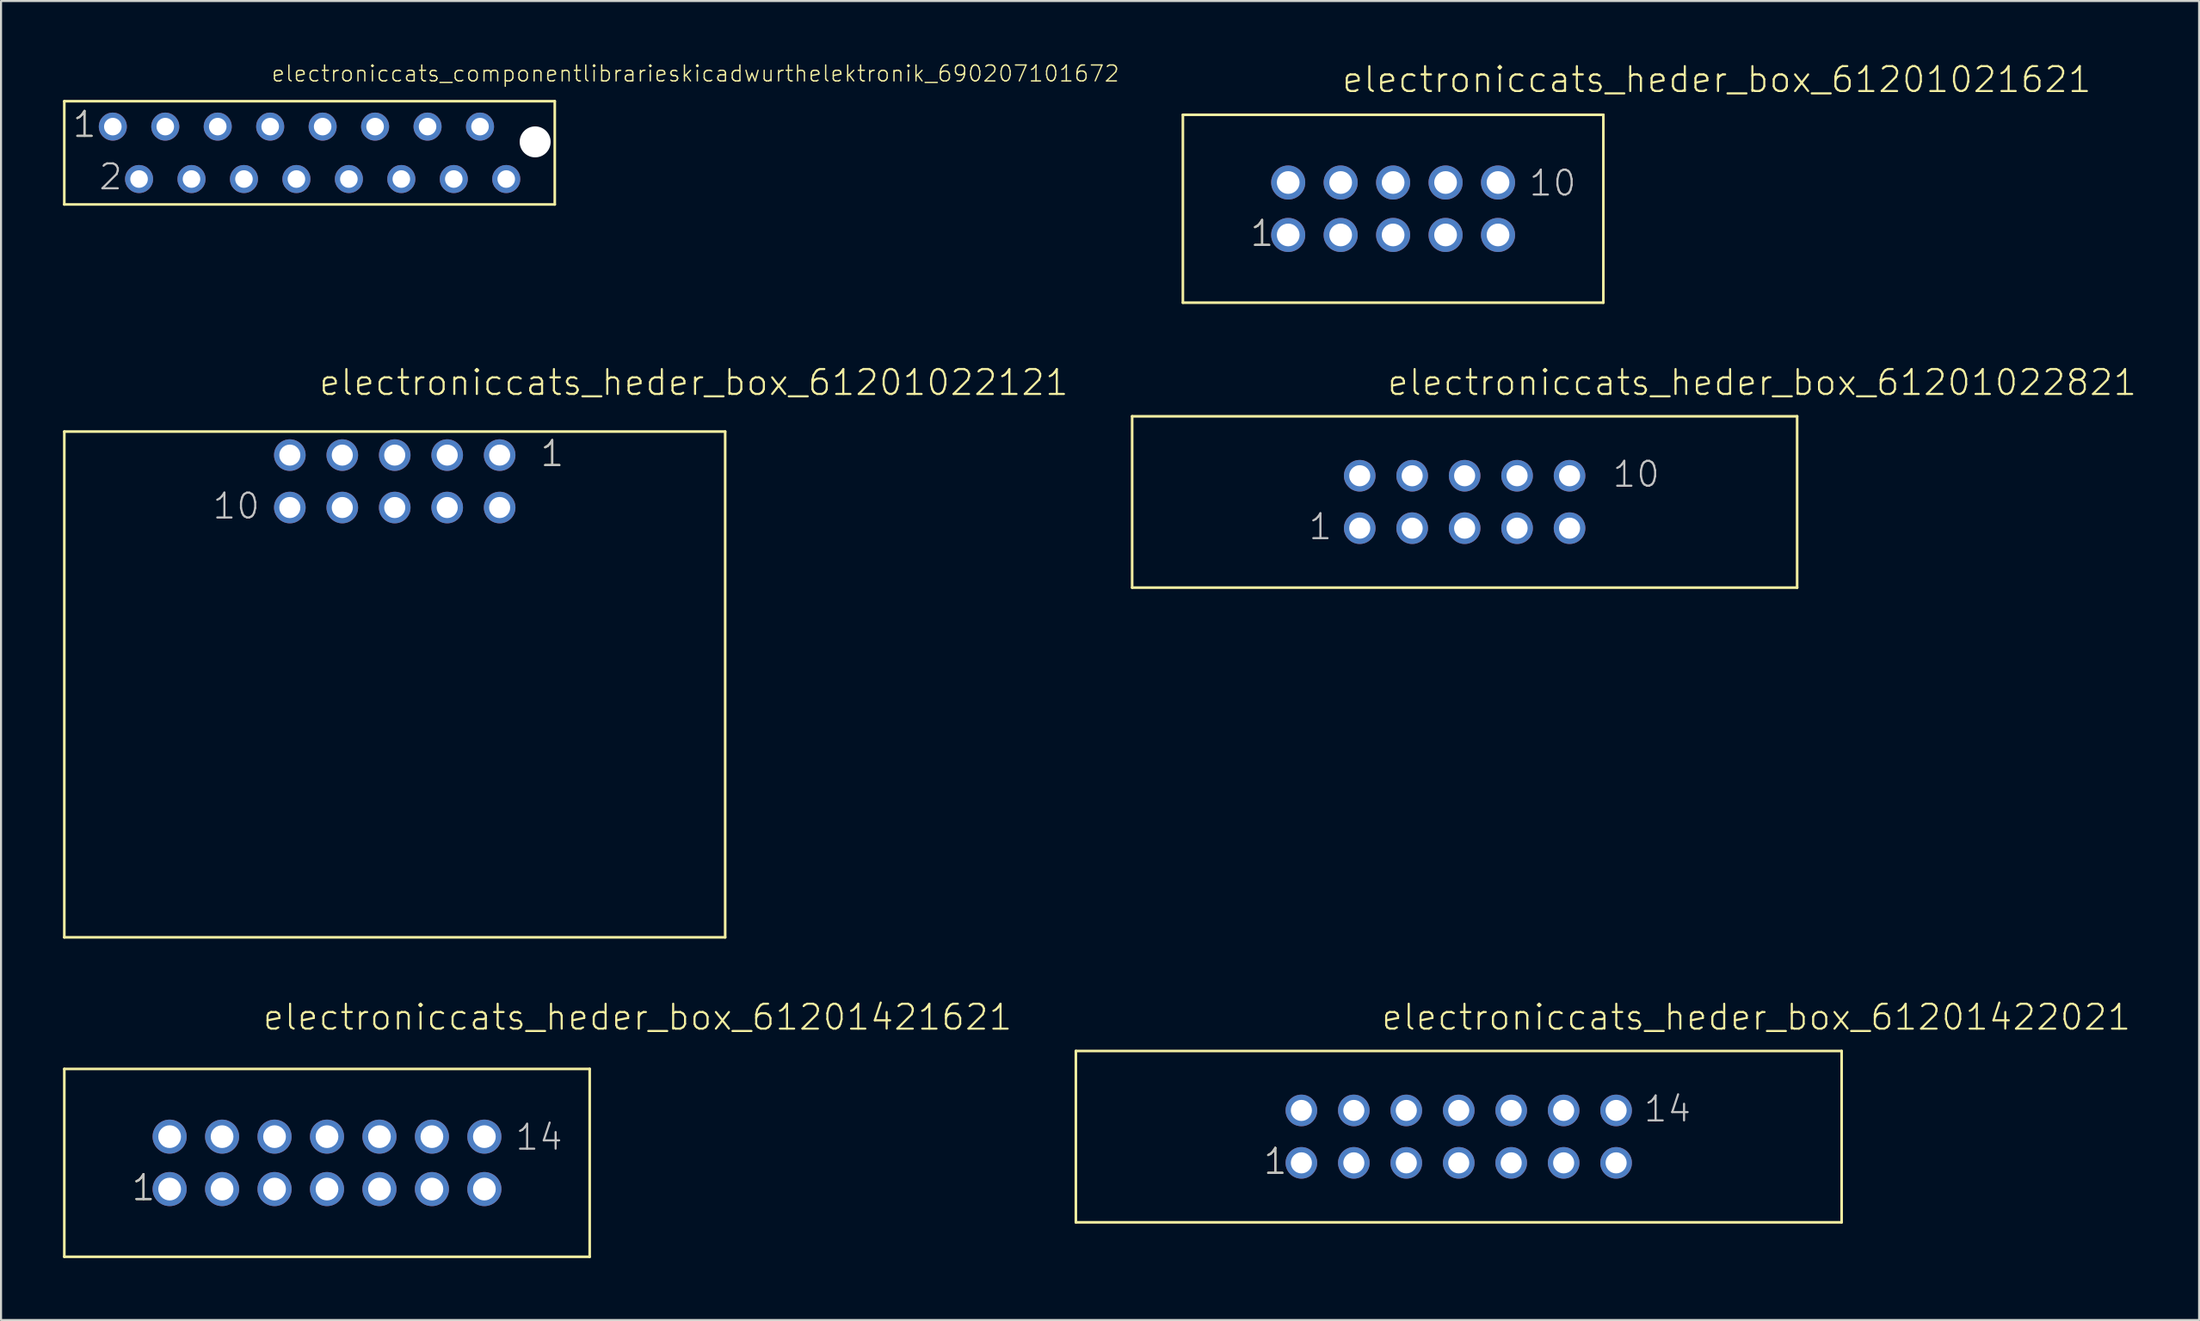
<source format=kicad_pcb>
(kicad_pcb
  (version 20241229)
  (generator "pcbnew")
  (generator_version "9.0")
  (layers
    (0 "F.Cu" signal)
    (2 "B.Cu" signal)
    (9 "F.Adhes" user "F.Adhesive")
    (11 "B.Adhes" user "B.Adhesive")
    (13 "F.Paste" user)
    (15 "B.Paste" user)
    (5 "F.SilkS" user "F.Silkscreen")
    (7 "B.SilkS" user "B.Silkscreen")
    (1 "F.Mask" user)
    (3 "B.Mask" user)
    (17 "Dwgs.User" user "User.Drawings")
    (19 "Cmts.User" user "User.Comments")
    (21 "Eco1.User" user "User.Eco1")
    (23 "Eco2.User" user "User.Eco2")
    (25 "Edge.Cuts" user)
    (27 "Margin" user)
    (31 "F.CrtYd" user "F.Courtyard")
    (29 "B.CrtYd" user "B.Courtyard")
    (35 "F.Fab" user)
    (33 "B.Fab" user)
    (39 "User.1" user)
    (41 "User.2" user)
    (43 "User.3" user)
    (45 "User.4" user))
  (footprint "electroniccats_heder_box_61201422021"
    (layer "F.Cu")
    (at 67.585 52.011)
    (property "Reference" "electroniccats_heder_box_61201422021" (at -3.81 -5.08 0) (layer "F.SilkS") (effects (font (size 1.206 1.206) (thickness 0.102)) (justify left bottom)))
    (attr through_hole)
    (fp_line (start -18.54 -4.15) (end 18.54 -4.15) (stroke (width 0.127) (type solid)) (layer "F.SilkS"))
    (fp_line (start -18.54 4.15) (end -18.54 -4.15) (stroke (width 0.127) (type solid)) (layer "F.SilkS"))
    (fp_line (start 18.54 -4.15) (end 18.54 4.15) (stroke (width 0.127) (type solid)) (layer "F.SilkS"))
    (fp_line (start 18.54 4.15) (end -18.54 4.15) (stroke (width 0.127) (type solid)) (layer "F.SilkS"))
    (fp_text user "1" (at -9.525 1.905 0) (layer "F.SilkS") (effects (font (size 1.206 1.206) (thickness 0.102)) (justify left bottom)))
    (fp_text user "1" (at -9.525 1.905 0) (layer "Dwgs.User") (effects (font (size 1.206 1.206) (thickness 0.102)) (justify left bottom)))
    (fp_text user "14" (at 8.89 -0.635 0) (layer "Dwgs.User") (effects (font (size 1.206 1.206) (thickness 0.102)) (justify left bottom)))
    (pad "1" thru_hole circle (at -7.62 1.27 180) (size 1.53 1.53) (drill 1.02) (layers "*.Cu" "*.Mask"))
    (pad "2" thru_hole circle (at -7.62 -1.27 180) (size 1.53 1.53) (drill 1.02) (layers "*.Cu" "*.Mask"))
    (pad "3" thru_hole circle (at -5.08 1.27 180) (size 1.53 1.53) (drill 1.02) (layers "*.Cu" "*.Mask"))
    (pad "4" thru_hole circle (at -5.08 -1.27 180) (size 1.53 1.53) (drill 1.02) (layers "*.Cu" "*.Mask"))
    (pad "5" thru_hole circle (at -2.54 1.27 180) (size 1.53 1.53) (drill 1.02) (layers "*.Cu" "*.Mask"))
    (pad "6" thru_hole circle (at -2.54 -1.27 180) (size 1.53 1.53) (drill 1.02) (layers "*.Cu" "*.Mask"))
    (pad "7" thru_hole circle (at 0 1.27 180) (size 1.53 1.53) (drill 1.02) (layers "*.Cu" "*.Mask"))
    (pad "8" thru_hole circle (at 0 -1.27 180) (size 1.53 1.53) (drill 1.02) (layers "*.Cu" "*.Mask"))
    (pad "9" thru_hole circle (at 2.54 1.27 180) (size 1.53 1.53) (drill 1.02) (layers "*.Cu" "*.Mask"))
    (pad "10" thru_hole circle (at 2.54 -1.27 180) (size 1.53 1.53) (drill 1.02) (layers "*.Cu" "*.Mask"))
    (pad "11" thru_hole circle (at 5.08 1.27 180) (size 1.53 1.53) (drill 1.02) (layers "*.Cu" "*.Mask"))
    (pad "12" thru_hole circle (at 5.08 -1.27 180) (size 1.53 1.53) (drill 1.02) (layers "*.Cu" "*.Mask"))
    (pad "13" thru_hole circle (at 7.62 1.27 180) (size 1.53 1.53) (drill 1.02) (layers "*.Cu" "*.Mask"))
    (pad "14" thru_hole circle (at 7.62 -1.27 180) (size 1.53 1.53) (drill 1.02) (layers "*.Cu" "*.Mask")))
  (footprint "electroniccats_heder_box_61201022121"
    (layer "F.Cu")
    (at 16.064 20.266)
    (property "Reference" "electroniccats_heder_box_61201022121" (at -3.73 -4.08 0) (layer "F.SilkS") (effects (font (size 1.206 1.206) (thickness 0.102)) (justify left bottom)))
    (attr through_hole)
    (fp_line (start -16 -2.41) (end -16 22.09) (stroke (width 0.127) (type solid)) (layer "F.SilkS"))
    (fp_line (start -16 -2.41) (end 16 -2.41) (stroke (width 0.127) (type solid)) (layer "F.SilkS"))
    (fp_line (start -16 22.09) (end 16 22.09) (stroke (width 0.127) (type solid)) (layer "F.SilkS"))
    (fp_line (start 16 -2.41) (end 16 22.09) (stroke (width 0.127) (type solid)) (layer "F.SilkS"))
    (fp_text user "1" (at 6.985 -0.635 0) (layer "F.SilkS") (effects (font (size 1.206 1.206) (thickness 0.102)) (justify left bottom)))
    (fp_text user "1" (at 6.985 -0.635 0) (layer "Dwgs.User") (effects (font (size 1.206 1.206) (thickness 0.102)) (justify left bottom)))
    (fp_text user "10" (at -8.89 1.905 0) (layer "Dwgs.User") (effects (font (size 1.206 1.206) (thickness 0.102)) (justify left bottom)))
    (pad "1" thru_hole circle (at 5.08 -1.27) (size 1.53 1.53) (drill 1.02) (layers "*.Cu" "*.Mask"))
    (pad "2" thru_hole circle (at 5.08 1.27) (size 1.53 1.53) (drill 1.02) (layers "*.Cu" "*.Mask"))
    (pad "3" thru_hole circle (at 2.54 -1.27) (size 1.53 1.53) (drill 1.02) (layers "*.Cu" "*.Mask"))
    (pad "4" thru_hole circle (at 2.54 1.27) (size 1.53 1.53) (drill 1.02) (layers "*.Cu" "*.Mask"))
    (pad "5" thru_hole circle (at 0 -1.27) (size 1.53 1.53) (drill 1.02) (layers "*.Cu" "*.Mask"))
    (pad "6" thru_hole circle (at 0 1.27) (size 1.53 1.53) (drill 1.02) (layers "*.Cu" "*.Mask"))
    (pad "7" thru_hole circle (at -2.54 -1.27) (size 1.53 1.53) (drill 1.02) (layers "*.Cu" "*.Mask"))
    (pad "8" thru_hole circle (at -2.54 1.27) (size 1.53 1.53) (drill 1.02) (layers "*.Cu" "*.Mask"))
    (pad "9" thru_hole circle (at -5.08 -1.27) (size 1.53 1.53) (drill 1.02) (layers "*.Cu" "*.Mask"))
    (pad "10" thru_hole circle (at -5.08 1.27) (size 1.53 1.53) (drill 1.02) (layers "*.Cu" "*.Mask")))
  (footprint "electroniccats_heder_box_61201021621"
    (layer "F.Cu")
    (at 64.407 7.061)
    (property "Reference" "electroniccats_heder_box_61201021621" (at -2.54 -5.55 0) (layer "F.SilkS") (effects (font (size 1.206 1.206) (thickness 0.102)) (justify left bottom)))
    (attr through_hole)
    (fp_line (start -10.18 -4.55) (end 10.18 -4.55) (stroke (width 0.127) (type solid)) (layer "F.SilkS"))
    (fp_line (start -10.18 4.55) (end -10.18 -4.55) (stroke (width 0.127) (type solid)) (layer "F.SilkS"))
    (fp_line (start 10.18 -4.55) (end 10.18 4.55) (stroke (width 0.127) (type solid)) (layer "F.SilkS"))
    (fp_line (start 10.18 4.55) (end -10.18 4.55) (stroke (width 0.127) (type solid)) (layer "F.SilkS"))
    (fp_text user "1" (at -6.985 1.905 0) (layer "F.SilkS") (effects (font (size 1.206 1.206) (thickness 0.102)) (justify left bottom)))
    (fp_text user "1" (at -6.985 1.905 0) (layer "Dwgs.User") (effects (font (size 1.206 1.206) (thickness 0.102)) (justify left bottom)))
    (fp_text user "10" (at 6.51 -0.535 0) (layer "Dwgs.User") (effects (font (size 1.206 1.206) (thickness 0.102)) (justify left bottom)))
    (pad "1" thru_hole circle (at -5.08 1.27) (size 1.65 1.65) (drill 1.1) (layers "*.Cu" "*.Mask"))
    (pad "2" thru_hole circle (at -5.08 -1.27) (size 1.65 1.65) (drill 1.1) (layers "*.Cu" "*.Mask"))
    (pad "3" thru_hole circle (at -2.54 1.27) (size 1.65 1.65) (drill 1.1) (layers "*.Cu" "*.Mask"))
    (pad "4" thru_hole circle (at -2.54 -1.27) (size 1.65 1.65) (drill 1.1) (layers "*.Cu" "*.Mask"))
    (pad "5" thru_hole circle (at 0 1.27) (size 1.65 1.65) (drill 1.1) (layers "*.Cu" "*.Mask"))
    (pad "6" thru_hole circle (at 0 -1.27) (size 1.65 1.65) (drill 1.1) (layers "*.Cu" "*.Mask"))
    (pad "7" thru_hole circle (at 2.54 1.27) (size 1.65 1.65) (drill 1.1) (layers "*.Cu" "*.Mask"))
    (pad "8" thru_hole circle (at 2.54 -1.27) (size 1.65 1.65) (drill 1.1) (layers "*.Cu" "*.Mask"))
    (pad "9" thru_hole circle (at 5.08 1.27) (size 1.65 1.65) (drill 1.1) (layers "*.Cu" "*.Mask"))
    (pad "10" thru_hole circle (at 5.08 -1.27) (size 1.65 1.65) (drill 1.1) (layers "*.Cu" "*.Mask")))
  (footprint "electroniccats_heder_box_61201022821"
    (layer "F.Cu")
    (at 67.87 21.266)
    (property "Reference" "electroniccats_heder_box_61201022821" (at -3.81 -5.08 0) (layer "F.SilkS") (effects (font (size 1.206 1.206) (thickness 0.102)) (justify left bottom)))
    (attr through_hole)
    (fp_line (start -16.1 -4.15) (end 16.1 -4.15) (stroke (width 0.127) (type solid)) (layer "F.SilkS"))
    (fp_line (start -16.1 4.15) (end -16.1 -4.15) (stroke (width 0.127) (type solid)) (layer "F.SilkS"))
    (fp_line (start 16.1 -4.15) (end 16.1 4.15) (stroke (width 0.127) (type solid)) (layer "F.SilkS"))
    (fp_line (start 16.1 4.15) (end -16.1 4.15) (stroke (width 0.127) (type solid)) (layer "F.SilkS"))
    (fp_text user "1" (at -7.625 1.905 0) (layer "Dwgs.User") (effects (font (size 1.206 1.206) (thickness 0.102)) (justify left bottom)))
    (fp_text user "10" (at 7.09 -0.635 0) (layer "Dwgs.User") (effects (font (size 1.206 1.206) (thickness 0.102)) (justify left bottom)))
    (pad "1" thru_hole circle (at -5.08 1.27 180) (size 1.53 1.53) (drill 1.02) (layers "*.Cu" "*.Mask"))
    (pad "2" thru_hole circle (at -5.08 -1.27 180) (size 1.53 1.53) (drill 1.02) (layers "*.Cu" "*.Mask"))
    (pad "3" thru_hole circle (at -2.54 1.27 180) (size 1.53 1.53) (drill 1.02) (layers "*.Cu" "*.Mask"))
    (pad "4" thru_hole circle (at -2.54 -1.27 180) (size 1.53 1.53) (drill 1.02) (layers "*.Cu" "*.Mask"))
    (pad "5" thru_hole circle (at 0 1.27 180) (size 1.53 1.53) (drill 1.02) (layers "*.Cu" "*.Mask"))
    (pad "6" thru_hole circle (at 0 -1.27 180) (size 1.53 1.53) (drill 1.02) (layers "*.Cu" "*.Mask"))
    (pad "7" thru_hole circle (at 2.54 1.27 180) (size 1.53 1.53) (drill 1.02) (layers "*.Cu" "*.Mask"))
    (pad "8" thru_hole circle (at 2.54 -1.27 180) (size 1.53 1.53) (drill 1.02) (layers "*.Cu" "*.Mask"))
    (pad "9" thru_hole circle (at 5.08 1.27 180) (size 1.53 1.53) (drill 1.02) (layers "*.Cu" "*.Mask"))
    (pad "10" thru_hole circle (at 5.08 -1.27 180) (size 1.53 1.53) (drill 1.02) (layers "*.Cu" "*.Mask")))
  (footprint "electroniccats_componentlibrarieskicadwurthelektronik_690207101672"
    (layer "F.Cu")
    (at 11.938 4.353)
    (property "Reference" "electroniccats_componentlibrarieskicadwurthelektronik_690207101672" (at -1.887 -3.386 0) (layer "F.SilkS") (effects (font (size 0.772 0.772) (thickness 0.065)) (justify left bottom)))
    (attr through_hole)
    (fp_line (start -11.875 -2.5) (end -11.875 2.5) (stroke (width 0.127) (type solid)) (layer "F.SilkS"))
    (fp_line (start -11.875 2.5) (end 11.875 2.5) (stroke (width 0.127) (type solid)) (layer "F.SilkS"))
    (fp_line (start 11.875 -2.5) (end -11.875 -2.5) (stroke (width 0.127) (type solid)) (layer "F.SilkS"))
    (fp_line (start 11.875 2.5) (end 11.875 -2.5) (stroke (width 0.127) (type solid)) (layer "F.SilkS"))
    (fp_text user "1" (at -11.54 -0.67 0) (layer "F.SilkS") (effects (font (size 1.206 1.206) (thickness 0.102)) (justify left bottom)))
    (fp_text user "1" (at -11.54 -0.67 0) (layer "Dwgs.User") (effects (font (size 1.206 1.206) (thickness 0.102)) (justify left bottom)))
    (fp_text user "2" (at -10.27 1.87 0) (layer "Dwgs.User") (effects (font (size 1.206 1.206) (thickness 0.102)) (justify left bottom)))
    (pad "" np_thru_hole circle (at 10.925 -0.53) (size 1.5 1.5) (drill 1.5) (layers "*.Cu"))
    (pad "1" thru_hole circle (at -9.525 -1.27 180) (size 1.358 1.358) (drill 0.85) (layers "*.Cu" "*.Mask"))
    (pad "2" thru_hole circle (at -8.255 1.27 180) (size 1.358 1.358) (drill 0.85) (layers "*.Cu" "*.Mask"))
    (pad "3" thru_hole circle (at -6.985 -1.27 180) (size 1.358 1.358) (drill 0.85) (layers "*.Cu" "*.Mask"))
    (pad "4" thru_hole circle (at -5.715 1.27 180) (size 1.358 1.358) (drill 0.85) (layers "*.Cu" "*.Mask"))
    (pad "5" thru_hole circle (at -4.445 -1.27 180) (size 1.358 1.358) (drill 0.85) (layers "*.Cu" "*.Mask"))
    (pad "6" thru_hole circle (at -3.175 1.27 180) (size 1.358 1.358) (drill 0.85) (layers "*.Cu" "*.Mask"))
    (pad "7" thru_hole circle (at -1.905 -1.27 180) (size 1.358 1.358) (drill 0.85) (layers "*.Cu" "*.Mask"))
    (pad "8" thru_hole circle (at -0.635 1.27 180) (size 1.358 1.358) (drill 0.85) (layers "*.Cu" "*.Mask"))
    (pad "9" thru_hole circle (at 0.635 -1.27 180) (size 1.358 1.358) (drill 0.85) (layers "*.Cu" "*.Mask"))
    (pad "10" thru_hole circle (at 1.905 1.27 180) (size 1.358 1.358) (drill 0.85) (layers "*.Cu" "*.Mask"))
    (pad "11" thru_hole circle (at 3.175 -1.27 180) (size 1.358 1.358) (drill 0.85) (layers "*.Cu" "*.Mask"))
    (pad "12" thru_hole circle (at 4.445 1.27 180) (size 1.358 1.358) (drill 0.85) (layers "*.Cu" "*.Mask"))
    (pad "13" thru_hole circle (at 5.715 -1.27 180) (size 1.358 1.358) (drill 0.85) (layers "*.Cu" "*.Mask"))
    (pad "14" thru_hole circle (at 6.985 1.27 180) (size 1.358 1.358) (drill 0.85) (layers "*.Cu" "*.Mask"))
    (pad "15" thru_hole circle (at 8.255 -1.27 180) (size 1.358 1.358) (drill 0.85) (layers "*.Cu" "*.Mask"))
    (pad "16" thru_hole circle (at 9.525 1.27 180) (size 1.358 1.358) (drill 0.85) (layers "*.Cu" "*.Mask")))
  (footprint "electroniccats_heder_box_61201421621"
    (layer "F.Cu")
    (at 12.784 53.281)
    (property "Reference" "electroniccats_heder_box_61201421621" (at -3.175 -6.35 0) (layer "F.SilkS") (effects (font (size 1.206 1.206) (thickness 0.102)) (justify left bottom)))
    (attr through_hole)
    (fp_line (start -12.72 -4.55) (end 12.72 -4.55) (stroke (width 0.127) (type solid)) (layer "F.SilkS"))
    (fp_line (start -12.72 4.55) (end -12.72 -4.55) (stroke (width 0.127) (type solid)) (layer "F.SilkS"))
    (fp_line (start 12.72 -4.55) (end 12.72 4.55) (stroke (width 0.127) (type solid)) (layer "F.SilkS"))
    (fp_line (start 12.72 4.55) (end -12.72 4.55) (stroke (width 0.127) (type solid)) (layer "F.SilkS"))
    (fp_text user "1" (at -9.525 1.905 0) (layer "F.SilkS") (effects (font (size 1.206 1.206) (thickness 0.102)) (justify left bottom)))
    (fp_text user "1" (at -9.525 1.905 0) (layer "Dwgs.User") (effects (font (size 1.206 1.206) (thickness 0.102)) (justify left bottom)))
    (fp_text user "14" (at 9.05 -0.535 0) (layer "Dwgs.User") (effects (font (size 1.206 1.206) (thickness 0.102)) (justify left bottom)))
    (pad "1" thru_hole circle (at -7.62 1.27) (size 1.65 1.65) (drill 1.1) (layers "*.Cu" "*.Mask"))
    (pad "2" thru_hole circle (at -7.62 -1.27) (size 1.65 1.65) (drill 1.1) (layers "*.Cu" "*.Mask"))
    (pad "3" thru_hole circle (at -5.08 1.27) (size 1.65 1.65) (drill 1.1) (layers "*.Cu" "*.Mask"))
    (pad "4" thru_hole circle (at -5.08 -1.27) (size 1.65 1.65) (drill 1.1) (layers "*.Cu" "*.Mask"))
    (pad "5" thru_hole circle (at -2.54 1.27) (size 1.65 1.65) (drill 1.1) (layers "*.Cu" "*.Mask"))
    (pad "6" thru_hole circle (at -2.54 -1.27) (size 1.65 1.65) (drill 1.1) (layers "*.Cu" "*.Mask"))
    (pad "7" thru_hole circle (at 0 1.27) (size 1.65 1.65) (drill 1.1) (layers "*.Cu" "*.Mask"))
    (pad "8" thru_hole circle (at 0 -1.27) (size 1.65 1.65) (drill 1.1) (layers "*.Cu" "*.Mask"))
    (pad "9" thru_hole circle (at 2.54 1.27) (size 1.65 1.65) (drill 1.1) (layers "*.Cu" "*.Mask"))
    (pad "10" thru_hole circle (at 2.54 -1.27) (size 1.65 1.65) (drill 1.1) (layers "*.Cu" "*.Mask"))
    (pad "11" thru_hole circle (at 5.08 1.27) (size 1.65 1.65) (drill 1.1) (layers "*.Cu" "*.Mask"))
    (pad "12" thru_hole circle (at 5.08 -1.27) (size 1.65 1.65) (drill 1.1) (layers "*.Cu" "*.Mask"))
    (pad "13" thru_hole circle (at 7.62 1.27) (size 1.65 1.65) (drill 1.1) (layers "*.Cu" "*.Mask"))
    (pad "14" thru_hole circle (at 7.62 -1.27) (size 1.65 1.65) (drill 1.1) (layers "*.Cu" "*.Mask")))
  (gr_rect
    (start -3 -3)
    (end 103.434 60.894)
    (stroke (width 0.1) (type default))
    (fill no)
    (layer "Edge.Cuts")))
</source>
